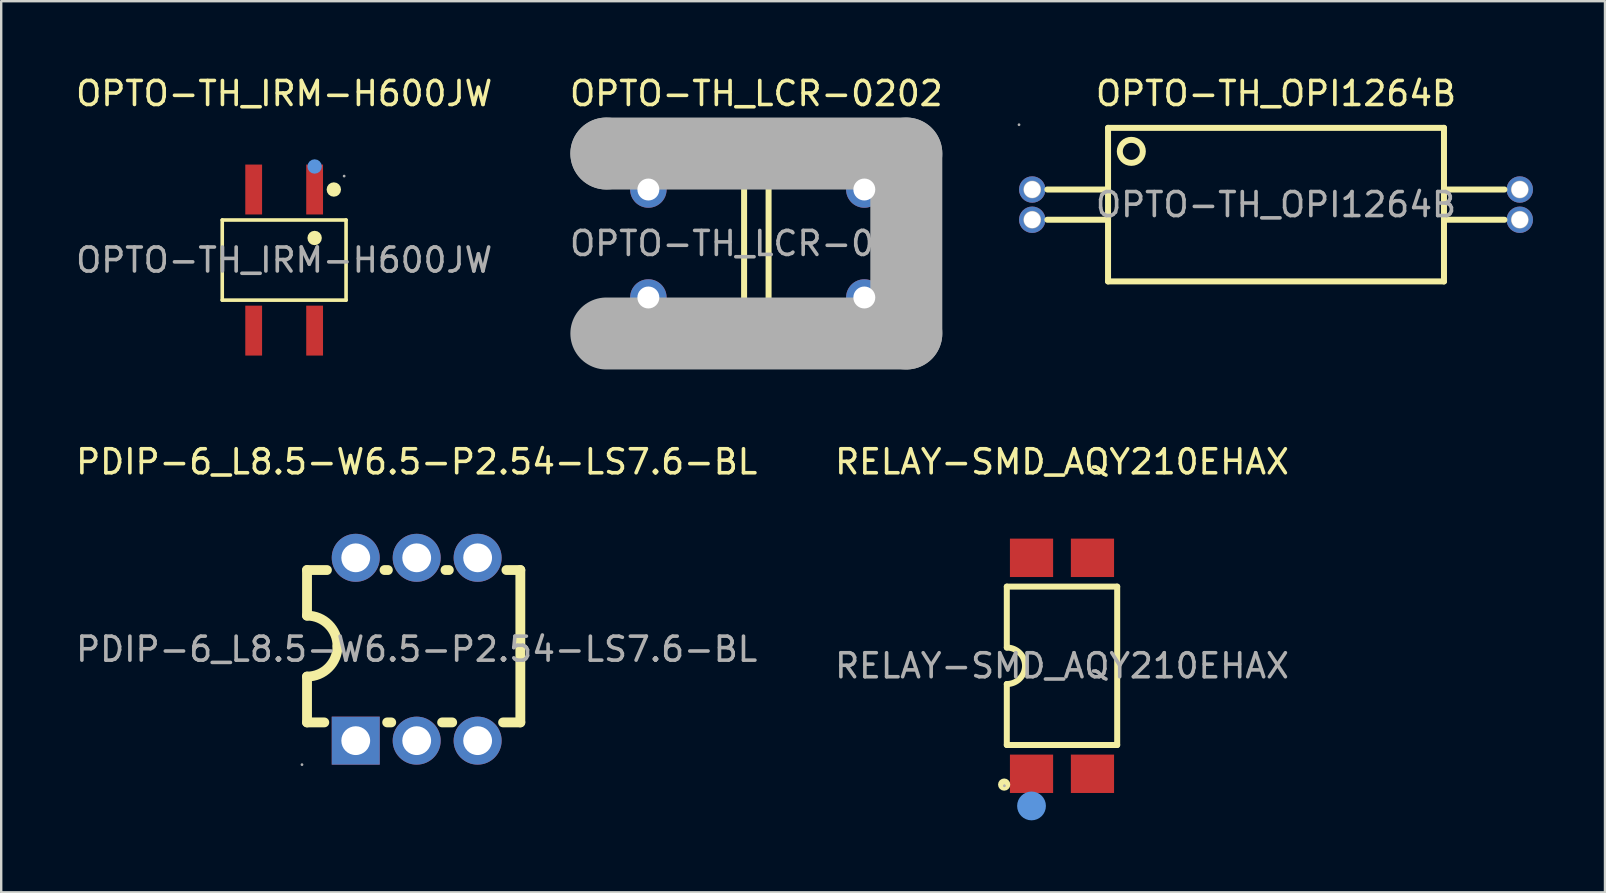
<source format=kicad_pcb>
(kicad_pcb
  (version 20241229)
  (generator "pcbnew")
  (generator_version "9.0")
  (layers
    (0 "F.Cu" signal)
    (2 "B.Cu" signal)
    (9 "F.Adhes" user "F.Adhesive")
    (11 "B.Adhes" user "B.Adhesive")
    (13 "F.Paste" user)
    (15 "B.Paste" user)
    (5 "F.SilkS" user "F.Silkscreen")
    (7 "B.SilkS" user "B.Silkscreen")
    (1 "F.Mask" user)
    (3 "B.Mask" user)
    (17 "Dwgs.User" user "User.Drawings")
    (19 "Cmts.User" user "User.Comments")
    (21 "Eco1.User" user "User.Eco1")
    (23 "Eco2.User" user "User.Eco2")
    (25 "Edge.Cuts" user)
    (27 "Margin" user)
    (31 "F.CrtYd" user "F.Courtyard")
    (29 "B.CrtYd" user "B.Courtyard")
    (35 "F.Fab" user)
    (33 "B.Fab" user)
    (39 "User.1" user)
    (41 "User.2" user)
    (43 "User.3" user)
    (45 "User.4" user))
  (footprint "PDIP-6_L8.5-W6.5-P2.54-LS7.6-BL"
    (layer "F.Cu")
    (at 14.315 24.006)
    (property "Reference" "PDIP-6_L8.5-W6.5-P2.54-LS7.6-BL" (at 0 -7.81 0) (layer "F.SilkS") (effects (font (size 1 1) (thickness 0.15))))
    (attr through_hole)
    (fp_line (start -4.57 -1.4) (end -4.57 -3.3) (stroke (width 0.41) (type solid)) (layer "F.SilkS"))
    (fp_line (start -4.57 3.05) (end -4.57 1.14) (stroke (width 0.41) (type solid)) (layer "F.SilkS"))
    (fp_line (start -4.57 3.05) (end -3.85 3.05) (stroke (width 0.41) (type solid)) (layer "F.SilkS"))
    (fp_line (start -3.74 -3.3) (end -4.57 -3.3) (stroke (width 0.41) (type solid)) (layer "F.SilkS"))
    (fp_line (start -1.23 3.05) (end -1.06 3.05) (stroke (width 0.41) (type solid)) (layer "F.SilkS"))
    (fp_line (start -1.2 -3.3) (end -1.34 -3.3) (stroke (width 0.41) (type solid)) (layer "F.SilkS"))
    (fp_line (start 1.06 3.05) (end 1.48 3.05) (stroke (width 0.41) (type solid)) (layer "F.SilkS"))
    (fp_line (start 1.34 -3.3) (end 1.2 -3.3) (stroke (width 0.41) (type solid)) (layer "F.SilkS"))
    (fp_line (start 3.6 3.05) (end 4.32 3.05) (stroke (width 0.41) (type solid)) (layer "F.SilkS"))
    (fp_line (start 4.32 -3.3) (end 3.74 -3.3) (stroke (width 0.41) (type solid)) (layer "F.SilkS"))
    (fp_line (start 4.32 -3.3) (end 4.32 3.05) (stroke (width 0.41) (type solid)) (layer "F.SilkS"))
    (fp_arc (start -4.57 -1.4) (mid -3.671974 -1.028026) (end -3.3 -0.13) (stroke (width 0.41) (type solid)) (layer "F.SilkS"))
    (fp_arc (start -3.3 -0.13) (mid -3.671974 0.768026) (end -4.57 1.14) (stroke (width 0.41) (type solid)) (layer "F.SilkS"))
    (fp_circle (center -4.78 4.81) (end -4.75 4.81) (stroke (width 0.06) (type solid)) (fill no) (layer "F.Fab"))
    (fp_circle (center -2.54 -3.81) (end -2.29 -3.81) (stroke (width 0.5) (type solid)) (fill no) (layer "F.Fab"))
    (fp_circle (center -2.54 3.81) (end -2.29 3.81) (stroke (width 0.5) (type solid)) (fill no) (layer "F.Fab"))
    (fp_circle (center 0 -3.81) (end 0.25 -3.81) (stroke (width 0.5) (type solid)) (fill no) (layer "F.Fab"))
    (fp_circle (center 0 3.81) (end 0.25 3.81) (stroke (width 0.5) (type solid)) (fill no) (layer "F.Fab"))
    (fp_circle (center 2.54 -3.81) (end 2.79 -3.81) (stroke (width 0.5) (type solid)) (fill no) (layer "F.Fab"))
    (fp_circle (center 2.54 3.81) (end 2.79 3.81) (stroke (width 0.5) (type solid)) (fill no) (layer "F.Fab"))
    (fp_text user "${REFERENCE}" (at 0 0 0) (layer "F.Fab") (effects (font (size 1 1) (thickness 0.15))))
    (pad "1" thru_hole rect (at -2.54 3.81 90) (size 2 2) (drill 1.2) (layers "*.Cu" "*.Paste" "*.Mask"))
    (pad "2" thru_hole circle (at 0 3.81 90) (size 2 2) (drill 1.2) (layers "*.Cu" "*.Paste" "*.Mask"))
    (pad "3" thru_hole circle (at 2.54 3.81 90) (size 2 2) (drill 1.2) (layers "*.Cu" "*.Paste" "*.Mask"))
    (pad "4" thru_hole circle (at 2.54 -3.81 90) (size 2 2) (drill 1.2) (layers "*.Cu" "*.Paste" "*.Mask"))
    (pad "5" thru_hole circle (at 0 -3.81 90) (size 2 2) (drill 1.2) (layers "*.Cu" "*.Paste" "*.Mask"))
    (pad "6" thru_hole circle (at -2.54 -3.81 90) (size 2 2) (drill 1.2) (layers "*.Cu" "*.Paste" "*.Mask")))
  (footprint "RELAY-SMD_AQY210EHAX"
    (layer "F.Cu")
    (at 41.208 24.697)
    (property "Reference" "RELAY-SMD_AQY210EHAX" (at 0 -8.5 0) (layer "F.SilkS") (effects (font (size 1 1) (thickness 0.15))))
    (attr through_hole)
    (fp_line (start -2.3 -3.3) (end -2.3 -0.76) (stroke (width 0.25) (type solid)) (layer "F.SilkS"))
    (fp_line (start -2.3 -3.3) (end 2.3 -3.3) (stroke (width 0.25) (type solid)) (layer "F.SilkS"))
    (fp_line (start -2.3 3.3) (end -2.3 0.76) (stroke (width 0.25) (type solid)) (layer "F.SilkS"))
    (fp_line (start 2.3 -3.3) (end 2.3 3.3) (stroke (width 0.25) (type solid)) (layer "F.SilkS"))
    (fp_line (start 2.3 3.3) (end -2.3 3.3) (stroke (width 0.25) (type solid)) (layer "F.SilkS"))
    (fp_arc (start -2.3 -0.76) (mid -1.54 0) (end -2.3 0.76) (stroke (width 0.25) (type solid)) (layer "F.SilkS"))
    (fp_circle (center -2.41 4.95) (end -2.28 4.95) (stroke (width 0.25) (type solid)) (fill no) (layer "F.SilkS"))
    (fp_circle (center -1.27 5.84) (end -0.97 5.84) (stroke (width 0.6) (type solid)) (fill no) (layer "Cmts.User"))
    (fp_circle (center -2.4 5) (end -2.37 5) (stroke (width 0.06) (type solid)) (fill no) (layer "F.Fab"))
    (fp_text user "${REFERENCE}" (at 0 0 0) (layer "F.Fab") (effects (font (size 1 1) (thickness 0.15))))
    (pad "1" smd rect (at -1.27 4.5 180) (size 1.8 1.6) (layers "F.Cu" "F.Mask" "F.Paste"))
    (pad "2" smd rect (at 1.27 4.5 180) (size 1.8 1.6) (layers "F.Cu" "F.Mask" "F.Paste"))
    (pad "3" smd rect (at 1.27 -4.5 180) (size 1.8 1.6) (layers "F.Cu" "F.Mask" "F.Paste"))
    (pad "4" smd rect (at -1.27 -4.5 180) (size 1.8 1.6) (layers "F.Cu" "F.Mask" "F.Paste")))
  (footprint "OPTO-TH_OPI1264B"
    (layer "F.Cu")
    (at 50.127 5.478)
    (property "Reference" "OPTO-TH_OPI1264B" (at 0 -4.63 0) (layer "F.SilkS") (effects (font (size 1 1) (thickness 0.15))))
    (attr through_hole)
    (fp_line (start -9.53 -0.63) (end -7 -0.63) (stroke (width 0.25) (type solid)) (layer "F.SilkS"))
    (fp_line (start -9.53 0.63) (end -7 0.63) (stroke (width 0.25) (type solid)) (layer "F.SilkS"))
    (fp_line (start -7 -3.2) (end -7 3.2) (stroke (width 0.25) (type solid)) (layer "F.SilkS"))
    (fp_line (start -7 -3.2) (end 7 -3.2) (stroke (width 0.25) (type solid)) (layer "F.SilkS"))
    (fp_line (start 7 -0.63) (end 9.52 -0.63) (stroke (width 0.25) (type solid)) (layer "F.SilkS"))
    (fp_line (start 7 0.63) (end 9.52 0.63) (stroke (width 0.25) (type solid)) (layer "F.SilkS"))
    (fp_line (start 7 3.2) (end -7 3.2) (stroke (width 0.25) (type solid)) (layer "F.SilkS"))
    (fp_line (start 7 3.2) (end 7 -3.2) (stroke (width 0.25) (type solid)) (layer "F.SilkS"))
    (fp_circle (center -6.03 -2.22) (end -5.55 -2.22) (stroke (width 0.25) (type solid)) (fill no) (layer "F.SilkS"))
    (fp_circle (center -10.71 -3.33) (end -10.68 -3.33) (stroke (width 0.06) (type solid)) (fill no) (layer "F.Fab"))
    (fp_circle (center -10.16 -0.63) (end -10.04 -0.63) (stroke (width 0.25) (type solid)) (fill no) (layer "F.Fab"))
    (fp_circle (center -10.16 0.63) (end -10.04 0.63) (stroke (width 0.25) (type solid)) (fill no) (layer "F.Fab"))
    (fp_circle (center 10.16 -0.63) (end 10.28 -0.63) (stroke (width 0.25) (type solid)) (fill no) (layer "F.Fab"))
    (fp_circle (center 10.16 0.63) (end 10.28 0.63) (stroke (width 0.25) (type solid)) (fill no) (layer "F.Fab"))
    (fp_text user "${REFERENCE}" (at 0 0 0) (layer "F.Fab") (effects (font (size 1 1) (thickness 0.15))))
    (pad "1" thru_hole circle (at -10.16 -0.63) (size 1.1 1.1) (drill 0.7) (layers "*.Cu" "*.Paste" "*.Mask"))
    (pad "2" thru_hole circle (at -10.16 0.63) (size 1.1 1.1) (drill 0.7) (layers "*.Cu" "*.Paste" "*.Mask"))
    (pad "3" thru_hole circle (at 10.16 0.63) (size 1.1 1.1) (drill 0.7) (layers "*.Cu" "*.Paste" "*.Mask"))
    (pad "4" thru_hole circle (at 10.16 -0.63) (size 1.1 1.1) (drill 0.7) (layers "*.Cu" "*.Paste" "*.Mask")))
  (footprint "OPTO-TH_IRM-H600JW"
    (layer "F.Cu")
    (at 8.792 7.788)
    (property "Reference" "OPTO-TH_IRM-H600JW" (at 0 -6.94 0) (layer "F.SilkS") (effects (font (size 1 1) (thickness 0.15))))
    (attr through_hole)
    (fp_line (start -2.58 -1.67) (end 2.58 -1.67) (stroke (width 0.15) (type solid)) (layer "F.SilkS"))
    (fp_line (start -2.58 1.67) (end -2.58 -1.67) (stroke (width 0.15) (type solid)) (layer "F.SilkS"))
    (fp_line (start 2.58 -1.67) (end 2.58 1.67) (stroke (width 0.15) (type solid)) (layer "F.SilkS"))
    (fp_line (start 2.58 1.67) (end -2.58 1.67) (stroke (width 0.15) (type solid)) (layer "F.SilkS"))
    (fp_circle (center 1.27 -0.92) (end 1.42 -0.92) (stroke (width 0.3) (type solid)) (fill no) (layer "F.SilkS"))
    (fp_circle (center 2.07 -2.94) (end 2.22 -2.94) (stroke (width 0.3) (type solid)) (fill no) (layer "F.SilkS"))
    (fp_circle (center 1.27 -3.9) (end 1.42 -3.9) (stroke (width 0.3) (type solid)) (fill no) (layer "Cmts.User"))
    (fp_circle (center 2.5 -3.5) (end 2.53 -3.5) (stroke (width 0.06) (type solid)) (fill no) (layer "F.Fab"))
    (fp_text user "${REFERENCE}" (at 0 0 0) (layer "F.Fab") (effects (font (size 1 1) (thickness 0.15))))
    (pad "1" smd rect (at 1.27 -2.94) (size 0.7 2.08) (layers "F.Cu" "F.Mask" "F.Paste"))
    (pad "2" smd rect (at -1.27 -2.94) (size 0.7 2.08) (layers "F.Cu" "F.Mask" "F.Paste"))
    (pad "3" smd rect (at -1.27 2.94) (size 0.7 2.08) (layers "F.Cu" "F.Mask" "F.Paste"))
    (pad "4" smd rect (at 1.27 2.94) (size 0.7 2.08) (layers "F.Cu" "F.Mask" "F.Paste")))
  (footprint "OPTO-TH_LCR-0202"
    (layer "F.Cu")
    (at 28.47 7.098)
    (property "Reference" "OPTO-TH_LCR-0202" (at 0 -6.25 0) (layer "F.SilkS") (effects (font (size 1 1) (thickness 0.15))))
    (attr through_hole)
    (fp_line (start -6.1 2.79) (end -5.33 3.56) (stroke (width 0.25) (type solid)) (layer "F.SilkS"))
    (fp_line (start -5.33 3.56) (end -5.33 3.56) (stroke (width 0.25) (type solid)) (layer "F.SilkS"))
    (fp_line (start -0.51 -3.71) (end -0.51 3.71) (stroke (width 0.25) (type solid)) (layer "F.SilkS"))
    (fp_line (start 0.51 -3.74) (end 0.51 3.68) (stroke (width 0.25) (type solid)) (layer "F.SilkS"))
    (fp_line (start -6.25 -3.75) (end -6.25 -3.75) (stroke (width 3) (type solid)) (layer "F.Fab"))
    (fp_line (start -6.25 -3.75) (end 6.25 -3.75) (stroke (width 3) (type solid)) (layer "F.Fab"))
    (fp_line (start 6.25 -3.75) (end 6.25 3.75) (stroke (width 3) (type solid)) (layer "F.Fab"))
    (fp_line (start 6.25 3.75) (end -6.25 3.75) (stroke (width 3) (type solid)) (layer "F.Fab"))
    (fp_circle (center -6.38 -3.88) (end -6.35 -3.88) (stroke (width 0.06) (type solid)) (fill no) (layer "F.Fab"))
    (fp_circle (center -4.5 -2.25) (end -4.32 -2.25) (stroke (width 0.36) (type solid)) (fill no) (layer "F.Fab"))
    (fp_circle (center -4.5 2.25) (end -4.32 2.25) (stroke (width 0.36) (type solid)) (fill no) (layer "F.Fab"))
    (fp_circle (center 4.5 -2.25) (end 4.68 -2.25) (stroke (width 0.36) (type solid)) (fill no) (layer "F.Fab"))
    (fp_circle (center 4.5 2.25) (end 4.68 2.25) (stroke (width 0.36) (type solid)) (fill no) (layer "F.Fab"))
    (fp_text user "${REFERENCE}" (at 0 0 0) (layer "F.Fab") (effects (font (size 1 1) (thickness 0.15))))
    (pad "1" thru_hole circle (at -4.5 -2.25) (size 1.52 1.52) (drill 0.914) (layers "*.Cu" "*.Paste" "*.Mask"))
    (pad "2" thru_hole circle (at -4.5 2.25) (size 1.52 1.52) (drill 0.914) (layers "*.Cu" "*.Paste" "*.Mask"))
    (pad "3" thru_hole circle (at 4.5 2.25) (size 1.52 1.52) (drill 0.914) (layers "*.Cu" "*.Paste" "*.Mask"))
    (pad "4" thru_hole circle (at 4.5 -2.25) (size 1.52 1.52) (drill 0.914) (layers "*.Cu" "*.Paste" "*.Mask")))
  (gr_rect
    (start -3 -3)
    (end 63.837 34.136)
    (stroke (width 0.1) (type default))
    (fill no)
    (layer "Edge.Cuts")))
</source>
